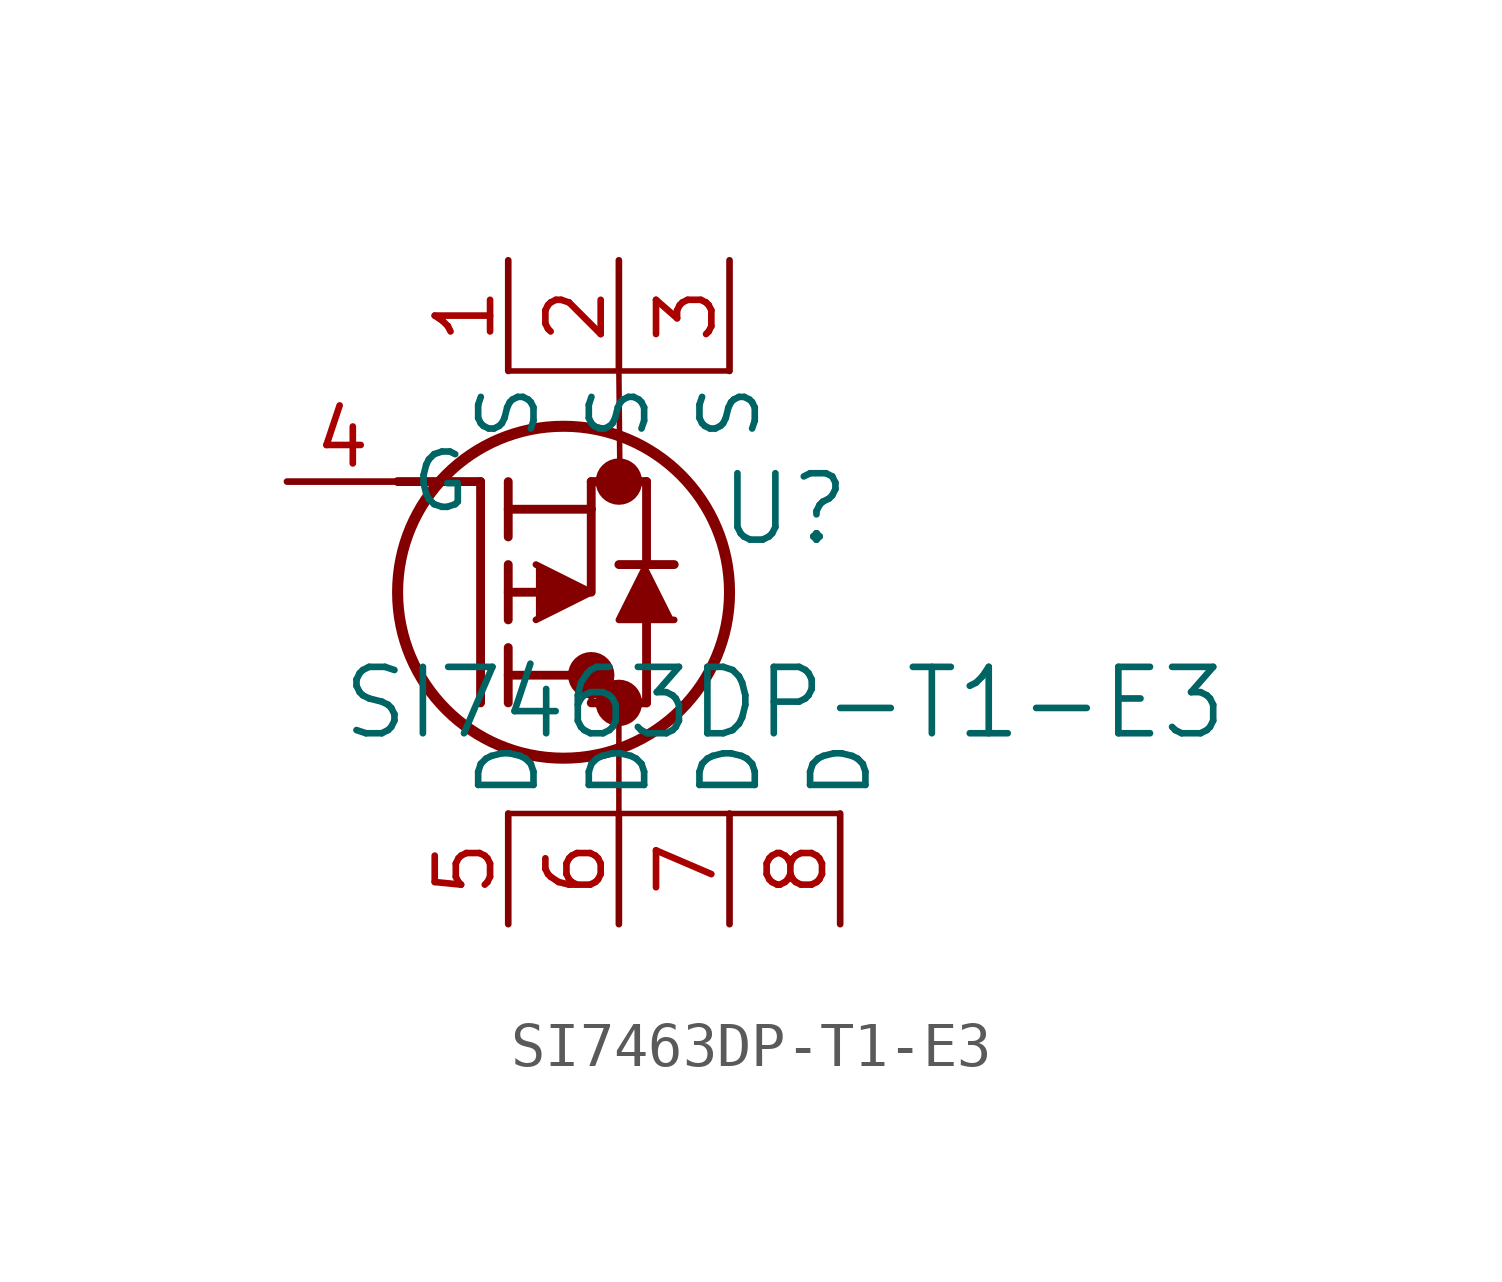
<source format=kicad_sym>
(kicad_symbol_lib
  (version 20211014)
  (generator kicad_symbol_editor)
  (symbol "SI7463DP-T1-E3"
    (pin_names
      (offset 0.254))
    (property "Reference" "U"
      (at 11.43 -0.635 0)
      (effects (font (size 1.524 1.524))))
    (property "Value" "SI7463DP-T1-E3"
      (at 11.43 -5.08 0)
      (effects (font (size 1.524 1.524))))
    (symbol "SI7463DP-T1-E3_0_1"
      (polyline (pts (xy 2.54 0) (xy 4.445 0)) (stroke (width 0.203) (type default) (color 0 0 0 0)) (fill (type none)))
      (circle (center 7.62 0) (radius 0.025) (stroke (width 0.508) (type default) (color 0 0 0 0)) (fill (type none)))
      (circle (center 7.62 -5.08) (radius 0.025) (stroke (width 0.508) (type default) (color 0 0 0 0)) (fill (type none)))
      (circle (center 6.985 -4.445) (radius 0.025) (stroke (width 0.508) (type default) (color 0 0 0 0)) (fill (type none)))
      (circle (center 6.35 -2.54) (radius 3.81) (stroke (width 0.254) (type default) (color 0 0 0 0)) (fill (type none)))
      (polyline (pts (xy 4.445 -5.08) (xy 4.445 0)) (stroke (width 0.203) (type default) (color 0 0 0 0)) (fill (type none)))
      (polyline (pts (xy 5.08 -3.175) (xy 5.08 -1.905)) (stroke (width 0.203) (type default) (color 0 0 0 0)) (fill (type none)))
      (polyline (pts (xy 5.08 -5.08) (xy 5.08 -3.81)) (stroke (width 0.203) (type default) (color 0 0 0 0)) (fill (type none)))
      (polyline (pts (xy 5.08 -1.27) (xy 5.08 0)) (stroke (width 0.203) (type default) (color 0 0 0 0)) (fill (type none)))
      (polyline (pts (xy 5.715 -2.54) (xy 5.08 -2.54)) (stroke (width 0.203) (type default) (color 0 0 0 0)) (fill (type none)))
      (polyline (pts (xy 5.08 -4.445) (xy 6.985 -4.445)) (stroke (width 0.203) (type default) (color 0 0 0 0)) (fill (type none)))
      (polyline (pts (xy 6.985 -0.635) (xy 6.985 -2.54)) (stroke (width 0.203) (type default) (color 0 0 0 0)) (fill (type none)))
      (polyline (pts (xy 6.985 -5.08) (xy 8.255 -5.08)) (stroke (width 0.203) (type default) (color 0 0 0 0)) (fill (type none)))
      (polyline (pts (xy 5.08 -0.635) (xy 6.985 -0.635)) (stroke (width 0.203) (type default) (color 0 0 0 0)) (fill (type none)))
      (polyline (pts (xy 8.255 -1.905) (xy 8.255 0)) (stroke (width 0.203) (type default) (color 0 0 0 0)) (fill (type none)))
      (polyline (pts (xy 5.715 -3.175) (xy 6.985 -2.54) (xy 5.715 -1.905)) (stroke (width 0) (type default) (color 0 0 0 0)) (fill (type outline)))
      (polyline (pts (xy 8.89 -3.175) (xy 7.62 -3.175) (xy 8.255 -1.905)) (stroke (width 0) (type default) (color 0 0 0 0)) (fill (type outline)))
      (polyline (pts (xy 8.255 -5.08) (xy 8.255 -3.175)) (stroke (width 0.203) (type default) (color 0 0 0 0)) (fill (type none)))
      (polyline (pts (xy 8.89 -1.905) (xy 7.62 -1.905)) (stroke (width 0.203) (type default) (color 0 0 0 0)) (fill (type none)))
      (polyline (pts (xy 6.985 0) (xy 8.255 0)) (stroke (width 0.203) (type default) (color 0 0 0 0)) (fill (type none)))
      (polyline (pts (xy 6.985 -0.635) (xy 6.985 0)) (stroke (width 0.203) (type default) (color 0 0 0 0)) (fill (type none)))
      (polyline (pts (xy 6.985 -4.445) (xy 6.985 -5.08)) (stroke (width 0.127) (type default) (color 0 0 0 0)) (fill (type none)))
      (polyline (pts (xy 5.08 -7.62) (xy 12.7 -7.62)) (stroke (width 0.127) (type default) (color 0 0 0 0)) (fill (type none)))
      (polyline (pts (xy 5.08 2.54) (xy 10.16 2.54)) (stroke (width 0.127) (type default) (color 0 0 0 0)) (fill (type none)))
      (polyline (pts (xy 7.62 2.54) (xy 7.645 0)) (stroke (width 0.127) (type default) (color 0 0 0 0)) (fill (type none)))
      (polyline (pts (xy 7.62 -7.62) (xy 7.62 -5.08)) (stroke (width 0.127) (type default) (color 0 0 0 0)) (fill (type none)))
      (pin unspecified line (at 5.08 5.08 270) (length 2.54) (name "S" (effects (font (size 1.27 1.27)))) (number "1" (effects (font (size 1.27 1.27)))))
      (pin unspecified line (at 7.62 5.08 270) (length 2.54) (name "S" (effects (font (size 1.27 1.27)))) (number "2" (effects (font (size 1.27 1.27)))))
      (pin unspecified line (at 10.16 5.08 270) (length 2.54) (name "S" (effects (font (size 1.27 1.27)))) (number "3" (effects (font (size 1.27 1.27)))))
      (pin unspecified line (at 0 0 0) (length 2.54) (name "G" (effects (font (size 1.27 1.27)))) (number "4" (effects (font (size 1.27 1.27)))))
      (pin unspecified line (at 5.08 -10.16 90) (length 2.54) (name "D" (effects (font (size 1.27 1.27)))) (number "5" (effects (font (size 1.27 1.27)))))
      (pin unspecified line (at 7.62 -10.16 90) (length 2.54) (name "D" (effects (font (size 1.27 1.27)))) (number "6" (effects (font (size 1.27 1.27)))))
      (pin unspecified line (at 10.16 -10.16 90) (length 2.54) (name "D" (effects (font (size 1.27 1.27)))) (number "7" (effects (font (size 1.27 1.27)))))
      (pin unspecified line (at 12.7 -10.16 90) (length 2.54) (name "D" (effects (font (size 1.27 1.27)))) (number "8" (effects (font (size 1.27 1.27))))))))
</source>
